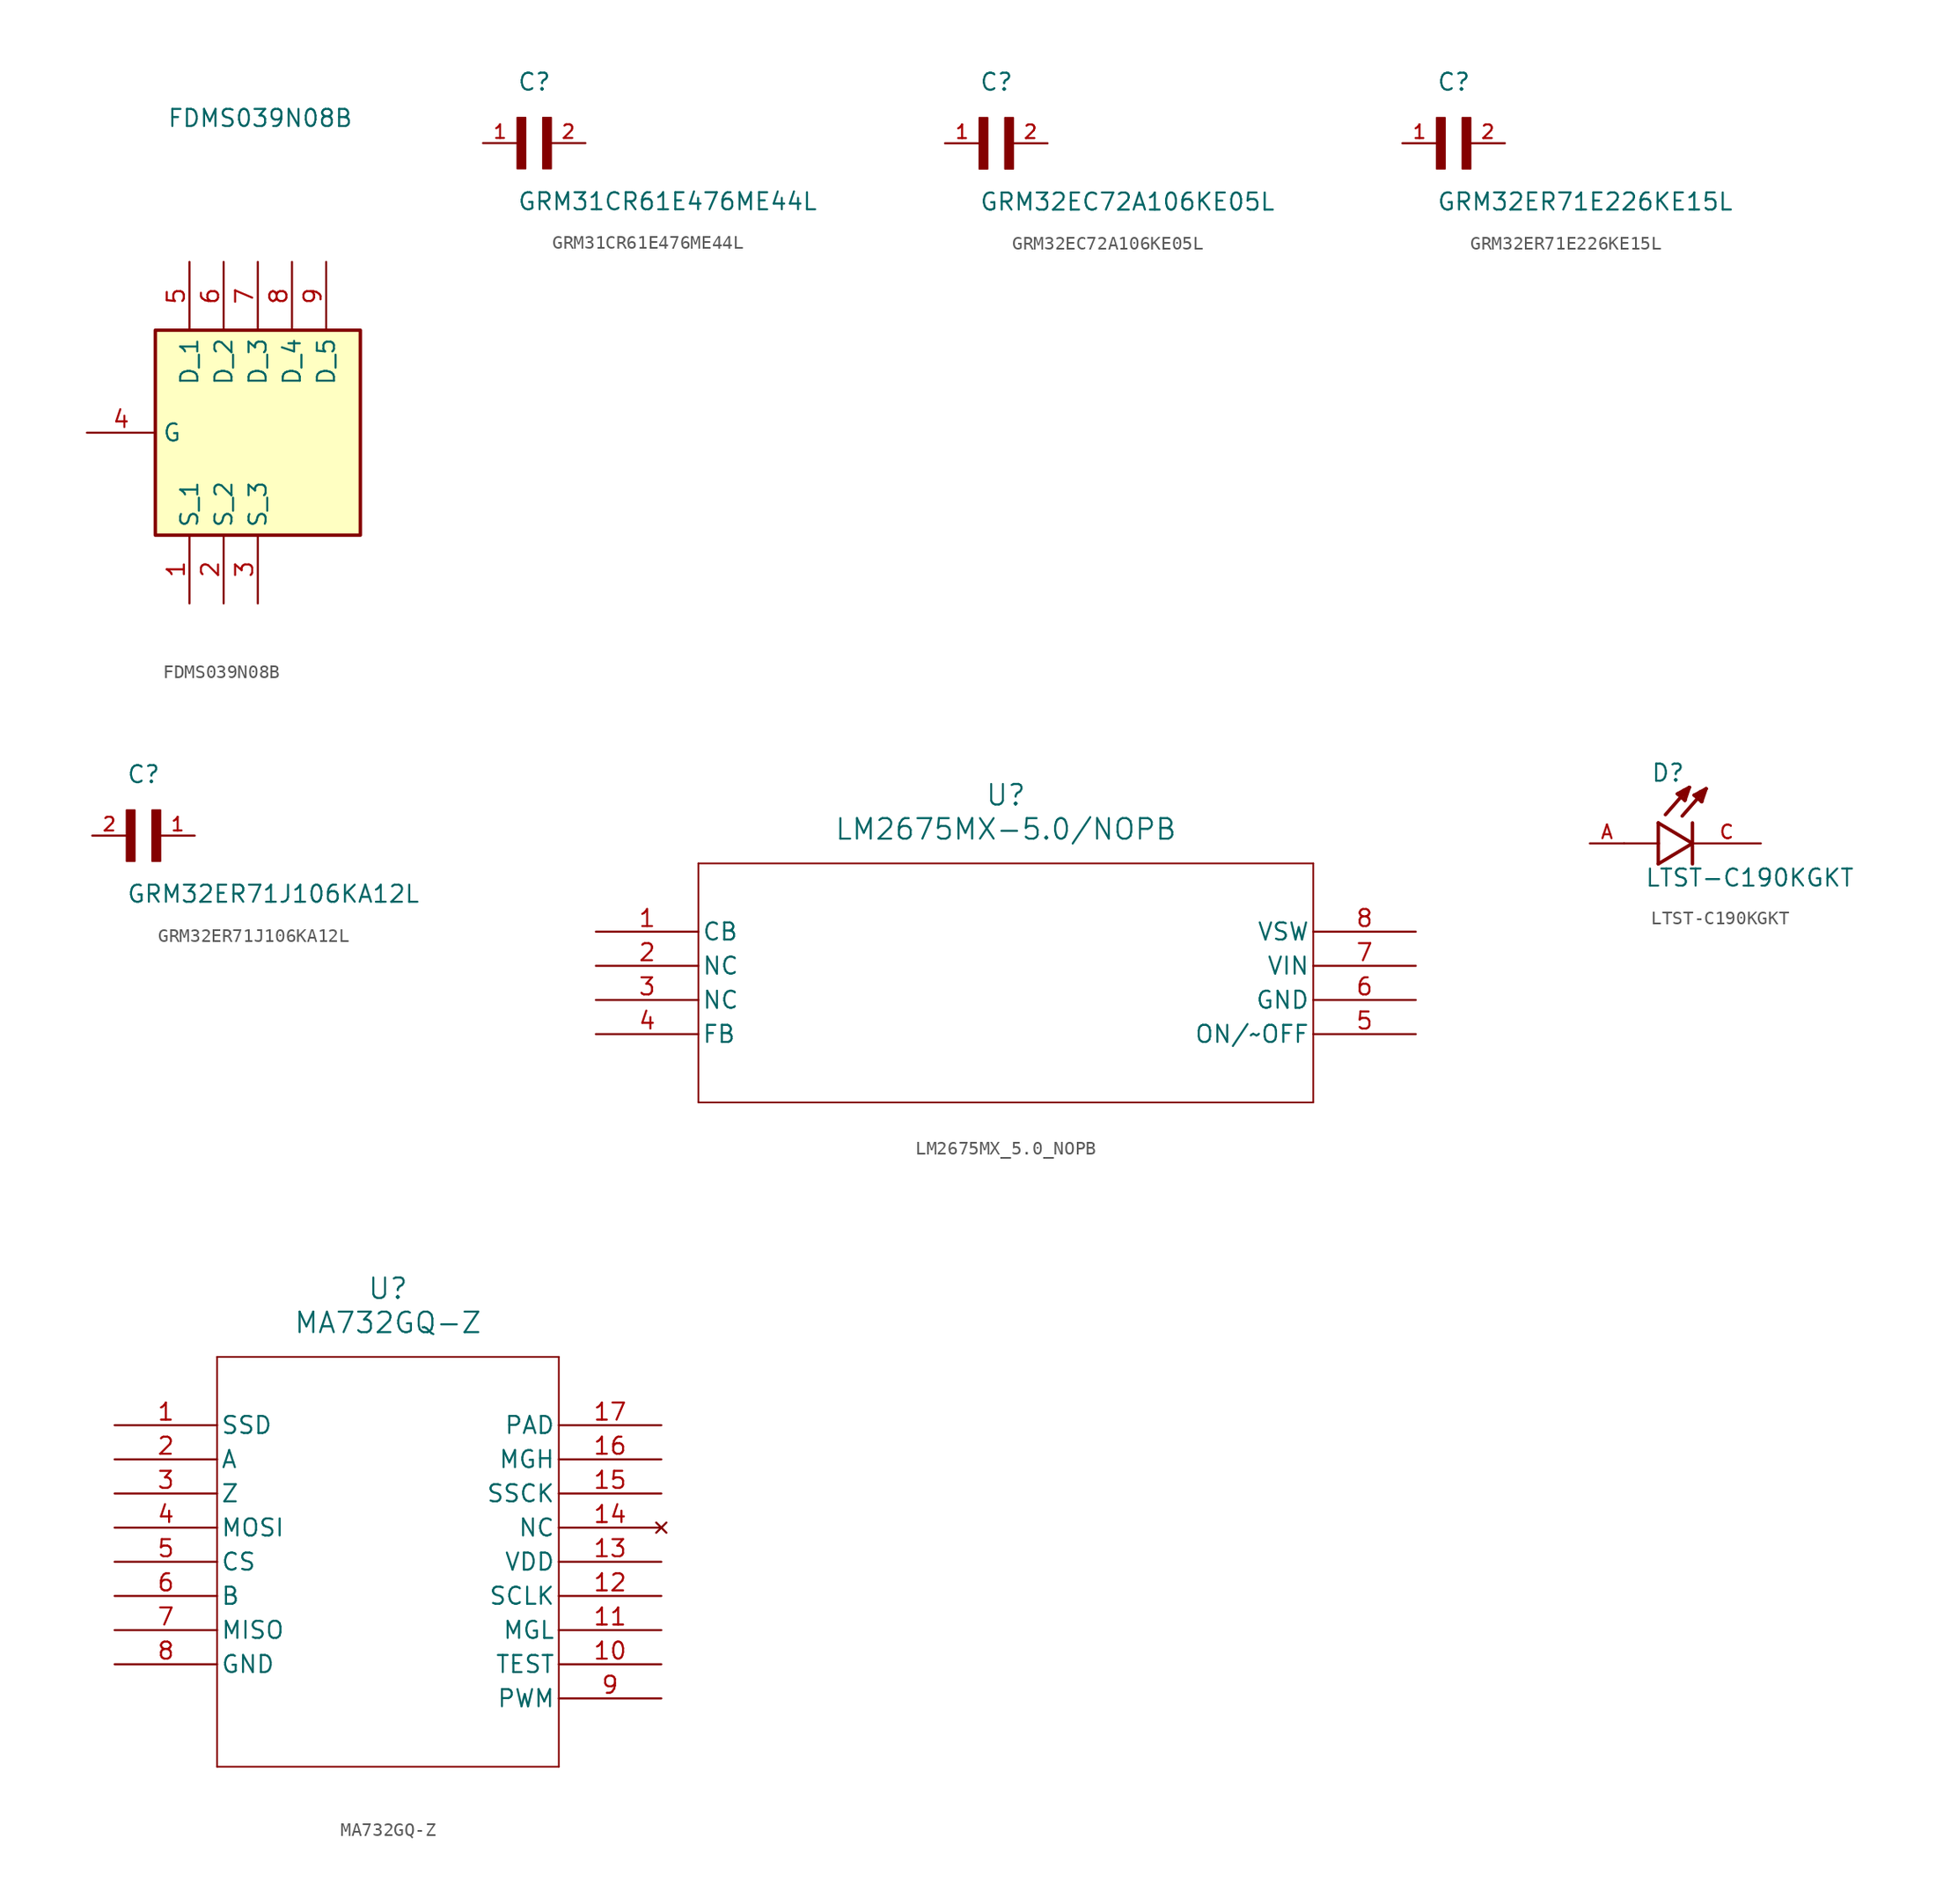
<source format=kicad_sym>
(kicad_symbol_lib
  (version 20241209)
  (generator "kicad_symbol_editor")
  (generator_version "9.0")
  (symbol "FDMS039N08B"
    (property "Reference" "Q"
      (at 7.112 21.59 0)
      (effects (font (size 1.27 1.27)) (justify right top) (hide yes)))
    (property "Value" "FDMS039N08B"
      (at 7.112 24.13 0)
      (effects (font (size 1.27 1.27)) (justify right top)))
    (symbol "FDMS039N08B_1_1"
      (rectangle (start -7.62 -7.62) (end 7.62 7.62) (stroke (width 0.254) (type default)) (fill (type background)))
      (pin passive line (at -12.7 0 0) (length 5.08) (name "G" (effects (font (size 1.27 1.27)))) (number "4" (effects (font (size 1.27 1.27)))))
      (pin passive line (at -5.08 12.7 270) (length 5.08) (name "D_1" (effects (font (size 1.27 1.27)))) (number "5" (effects (font (size 1.27 1.27)))))
      (pin passive line (at -5.08 -12.7 90) (length 5.08) (name "S_1" (effects (font (size 1.27 1.27)))) (number "1" (effects (font (size 1.27 1.27)))))
      (pin passive line (at -2.54 12.7 270) (length 5.08) (name "D_2" (effects (font (size 1.27 1.27)))) (number "6" (effects (font (size 1.27 1.27)))))
      (pin passive line (at -2.54 -12.7 90) (length 5.08) (name "S_2" (effects (font (size 1.27 1.27)))) (number "2" (effects (font (size 1.27 1.27)))))
      (pin passive line (at 0 12.7 270) (length 5.08) (name "D_3" (effects (font (size 1.27 1.27)))) (number "7" (effects (font (size 1.27 1.27)))))
      (pin passive line (at 0 -12.7 90) (length 5.08) (name "S_3" (effects (font (size 1.27 1.27)))) (number "3" (effects (font (size 1.27 1.27)))))
      (pin passive line (at 2.54 12.7 270) (length 5.08) (name "D_4" (effects (font (size 1.27 1.27)))) (number "8" (effects (font (size 1.27 1.27)))))
      (pin passive line (at 5.08 12.7 270) (length 5.08) (name "D_5" (effects (font (size 1.27 1.27)))) (number "9" (effects (font (size 1.27 1.27)))))))
  (symbol "GRM31CR61E476ME44L"
    (pin_names
      (offset 1.016))
    (property "Reference" "C"
      (at 0 3.811 0)
      (effects (font (size 1.27 1.27)) (justify left bottom)))
    (property "Value" "GRM31CR61E476ME44L"
      (at 0 -5.088 0)
      (effects (font (size 1.27 1.27)) (justify left bottom)))
    (symbol "GRM31CR61E476ME44L_0_0"
      (rectangle (start 0 -1.907) (end 0.635 1.905) (stroke (width 0.1) (type default)) (fill (type outline)))
      (rectangle (start 1.907 -1.907) (end 2.54 1.905) (stroke (width 0.1) (type default)) (fill (type outline)))
      (pin passive line (at -2.54 0 0) (length 2.54) (name "~" (effects (font (size 1.016 1.016)))) (number "1" (effects (font (size 1.016 1.016)))))
      (pin passive line (at 5.08 0 180) (length 2.54) (name "~" (effects (font (size 1.016 1.016)))) (number "2" (effects (font (size 1.016 1.016)))))))
  (symbol "GRM32EC72A106KE05L"
    (pin_names
      (offset 1.016))
    (property "Reference" "C"
      (at 0 3.811 0)
      (effects (font (size 1.27 1.27)) (justify left bottom)))
    (property "Value" "GRM32EC72A106KE05L"
      (at 0 -5.088 0)
      (effects (font (size 1.27 1.27)) (justify left bottom)))
    (symbol "GRM32EC72A106KE05L_0_0"
      (rectangle (start 0 -1.907) (end 0.635 1.905) (stroke (width 0.1) (type default)) (fill (type outline)))
      (rectangle (start 1.907 -1.907) (end 2.54 1.905) (stroke (width 0.1) (type default)) (fill (type outline)))
      (pin passive line (at -2.54 0 0) (length 2.54) (name "~" (effects (font (size 1.016 1.016)))) (number "1" (effects (font (size 1.016 1.016)))))
      (pin passive line (at 5.08 0 180) (length 2.54) (name "~" (effects (font (size 1.016 1.016)))) (number "2" (effects (font (size 1.016 1.016)))))))
  (symbol "GRM32ER71E226KE15L"
    (pin_names
      (offset 1.016))
    (property "Reference" "C"
      (at 0 3.811 0)
      (effects (font (size 1.27 1.27)) (justify left bottom)))
    (property "Value" "GRM32ER71E226KE15L"
      (at 0 -5.088 0)
      (effects (font (size 1.27 1.27)) (justify left bottom)))
    (symbol "GRM32ER71E226KE15L_0_0"
      (rectangle (start 0 -1.907) (end 0.635 1.905) (stroke (width 0.1) (type default)) (fill (type outline)))
      (rectangle (start 1.907 -1.907) (end 2.54 1.905) (stroke (width 0.1) (type default)) (fill (type outline)))
      (pin passive line (at -2.54 0 0) (length 2.54) (name "~" (effects (font (size 1.016 1.016)))) (number "1" (effects (font (size 1.016 1.016)))))
      (pin passive line (at 5.08 0 180) (length 2.54) (name "~" (effects (font (size 1.016 1.016)))) (number "2" (effects (font (size 1.016 1.016)))))))
  (symbol "GRM32ER71J106KA12L"
    (pin_names
      (offset 1.016))
    (property "Reference" "C"
      (at 0 3.81 0)
      (effects (font (size 1.27 1.27)) (justify left bottom)))
    (property "Value" "GRM32ER71J106KA12L"
      (at 0 -5.08 0)
      (effects (font (size 1.27 1.27)) (justify left bottom)))
    (symbol "GRM32ER71J106KA12L_0_0"
      (rectangle (start 0 -1.905) (end 0.635 1.905) (stroke (width 0.1) (type default)) (fill (type outline)))
      (rectangle (start 1.905 -1.905) (end 2.54 1.905) (stroke (width 0.1) (type default)) (fill (type outline)))
      (pin passive line (at -2.54 0 0) (length 2.54) (name "~" (effects (font (size 1.016 1.016)))) (number "2" (effects (font (size 1.016 1.016)))))
      (pin passive line (at 5.08 0 180) (length 2.54) (name "~" (effects (font (size 1.016 1.016)))) (number "1" (effects (font (size 1.016 1.016)))))))
  (symbol "LM2675MX_5.0_NOPB"
    (pin_names
      (offset 0.254))
    (property "Reference" "U"
      (at 30.48 10.16 0)
      (effects (font (size 1.524 1.524))))
    (property "Value" "LM2675MX-5.0/NOPB"
      (at 30.48 7.62 0)
      (effects (font (size 1.524 1.524))))
    (symbol "LM2675MX_5.0_NOPB_0_1"
      (polyline (pts (xy 7.62 5.08) (xy 7.62 -12.7)) (stroke (width 0.127) (type default)) (fill (type none)))
      (polyline (pts (xy 7.62 -12.7) (xy 53.34 -12.7)) (stroke (width 0.127) (type default)) (fill (type none)))
      (polyline (pts (xy 53.34 5.08) (xy 7.62 5.08)) (stroke (width 0.127) (type default)) (fill (type none)))
      (polyline (pts (xy 53.34 -12.7) (xy 53.34 5.08)) (stroke (width 0.127) (type default)) (fill (type none)))
      (pin passive line (at 0 0 0) (length 7.62) (name "CB" (effects (font (size 1.27 1.27)))) (number "1" (effects (font (size 1.27 1.27)))))
      (pin passive line (at 0 -2.54 0) (length 7.62) (name "NC" (effects (font (size 1.27 1.27)))) (number "2" (effects (font (size 1.27 1.27)))))
      (pin passive line (at 0 -5.08 0) (length 7.62) (name "NC" (effects (font (size 1.27 1.27)))) (number "3" (effects (font (size 1.27 1.27)))))
      (pin passive line (at 0 -7.62 0) (length 7.62) (name "FB" (effects (font (size 1.27 1.27)))) (number "4" (effects (font (size 1.27 1.27)))))
      (pin output line (at 60.96 0 180) (length 7.62) (name "VSW" (effects (font (size 1.27 1.27)))) (number "8" (effects (font (size 1.27 1.27)))))
      (pin input line (at 60.96 -2.54 180) (length 7.62) (name "VIN" (effects (font (size 1.27 1.27)))) (number "7" (effects (font (size 1.27 1.27)))))
      (pin passive line (at 60.96 -5.08 180) (length 7.62) (name "GND" (effects (font (size 1.27 1.27)))) (number "6" (effects (font (size 1.27 1.27)))))
      (pin passive line (at 60.96 -7.62 180) (length 7.62) (name "ON/~OFF" (effects (font (size 1.27 1.27)))) (number "5" (effects (font (size 1.27 1.27)))))))
  (symbol "LTST-C190KGKT"
    (pin_names
      (offset 1.016))
    (property "Reference" "D"
      (at -3.099 4.496 0)
      (effects (font (size 1.27 1.27)) (justify left bottom)))
    (property "Value" "LTST-C190KGKT"
      (at -3.556 -3.302 0)
      (effects (font (size 1.27 1.27)) (justify left bottom)))
    (symbol "LTST-C190KGKT_0_0"
      (polyline (pts (xy -2.54 1.524) (xy -2.54 0)) (stroke (width 0.254) (type default)) (fill (type none)))
      (polyline (pts (xy -2.54 0) (xy -5.08 0)) (stroke (width 0.152) (type default)) (fill (type none)))
      (polyline (pts (xy -2.54 0) (xy -2.54 -1.524)) (stroke (width 0.254) (type default)) (fill (type none)))
      (polyline (pts (xy -2.54 -1.524) (xy 0 0)) (stroke (width 0.254) (type default)) (fill (type none)))
      (polyline (pts (xy -1.118 3.683) (xy -0.229 4.166)) (stroke (width 0.254) (type default)) (fill (type none)))
      (polyline (pts (xy -0.94 3.607) (xy -0.711 3.759)) (stroke (width 0.254) (type default)) (fill (type none)))
      (polyline (pts (xy -0.559 3.2) (xy -1.118 3.683)) (stroke (width 0.254) (type default)) (fill (type none)))
      (polyline (pts (xy -0.559 3.2) (xy -0.533 3.937)) (stroke (width 0.254) (type default)) (fill (type none)))
      (polyline (pts (xy -0.533 3.937) (xy -0.66 3.937)) (stroke (width 0.254) (type default)) (fill (type none)))
      (polyline (pts (xy -0.229 4.166) (xy -2.007 2.134)) (stroke (width 0.254) (type default)) (fill (type none)))
      (polyline (pts (xy -0.229 4.166) (xy -0.559 3.2)) (stroke (width 0.254) (type default)) (fill (type none)))
      (polyline (pts (xy 0 1.524) (xy 0 -1.524)) (stroke (width 0.254) (type default)) (fill (type none)))
      (polyline (pts (xy 0 0) (xy -2.54 1.524)) (stroke (width 0.254) (type default)) (fill (type none)))
      (polyline (pts (xy 0.127 3.581) (xy 1.016 4.064)) (stroke (width 0.254) (type default)) (fill (type none)))
      (polyline (pts (xy 0.305 3.505) (xy 0.533 3.658)) (stroke (width 0.254) (type default)) (fill (type none)))
      (polyline (pts (xy 0.686 3.099) (xy 0.127 3.581)) (stroke (width 0.254) (type default)) (fill (type none)))
      (polyline (pts (xy 0.686 3.099) (xy 0.711 3.835)) (stroke (width 0.254) (type default)) (fill (type none)))
      (polyline (pts (xy 0.711 3.835) (xy 0.584 3.835)) (stroke (width 0.254) (type default)) (fill (type none)))
      (polyline (pts (xy 1.016 4.064) (xy -0.762 2.032)) (stroke (width 0.254) (type default)) (fill (type none)))
      (polyline (pts (xy 1.016 4.064) (xy 0.686 3.099)) (stroke (width 0.254) (type default)) (fill (type none)))
      (pin passive line (at -7.62 0 0) (length 2.54) (name "~" (effects (font (size 1.016 1.016)))) (number "A" (effects (font (size 1.016 1.016)))))
      (pin passive line (at 5.08 0 180) (length 5.08) (name "~" (effects (font (size 1.016 1.016)))) (number "C" (effects (font (size 1.016 1.016)))))))
  (symbol "MA732GQ-Z"
    (pin_names
      (offset 0.254))
    (property "Reference" "U"
      (at 20.32 10.16 0)
      (effects (font (size 1.524 1.524))))
    (property "Value" "MA732GQ-Z"
      (at 20.32 7.62 0)
      (effects (font (size 1.524 1.524))))
    (symbol "MA732GQ-Z_0_1"
      (polyline (pts (xy 7.62 5.08) (xy 7.62 -25.4)) (stroke (width 0.127) (type default)) (fill (type none)))
      (polyline (pts (xy 7.62 -25.4) (xy 33.02 -25.4)) (stroke (width 0.127) (type default)) (fill (type none)))
      (polyline (pts (xy 33.02 5.08) (xy 7.62 5.08)) (stroke (width 0.127) (type default)) (fill (type none)))
      (polyline (pts (xy 33.02 -25.4) (xy 33.02 5.08)) (stroke (width 0.127) (type default)) (fill (type none)))
      (pin output line (at 0 0 0) (length 7.62) (name "SSD" (effects (font (size 1.27 1.27)))) (number "1" (effects (font (size 1.27 1.27)))))
      (pin output line (at 0 -2.54 0) (length 7.62) (name "A" (effects (font (size 1.27 1.27)))) (number "2" (effects (font (size 1.27 1.27)))))
      (pin output line (at 0 -5.08 0) (length 7.62) (name "Z" (effects (font (size 1.27 1.27)))) (number "3" (effects (font (size 1.27 1.27)))))
      (pin input line (at 0 -7.62 0) (length 7.62) (name "MOSI" (effects (font (size 1.27 1.27)))) (number "4" (effects (font (size 1.27 1.27)))))
      (pin unspecified line (at 0 -10.16 0) (length 7.62) (name "CS" (effects (font (size 1.27 1.27)))) (number "5" (effects (font (size 1.27 1.27)))))
      (pin output line (at 0 -12.7 0) (length 7.62) (name "B" (effects (font (size 1.27 1.27)))) (number "6" (effects (font (size 1.27 1.27)))))
      (pin output line (at 0 -15.24 0) (length 7.62) (name "MISO" (effects (font (size 1.27 1.27)))) (number "7" (effects (font (size 1.27 1.27)))))
      (pin power_in line (at 0 -17.78 0) (length 7.62) (name "GND" (effects (font (size 1.27 1.27)))) (number "8" (effects (font (size 1.27 1.27)))))
      (pin power_in line (at 40.64 0 180) (length 7.62) (name "PAD" (effects (font (size 1.27 1.27)))) (number "17" (effects (font (size 1.27 1.27)))))
      (pin output line (at 40.64 -2.54 180) (length 7.62) (name "MGH" (effects (font (size 1.27 1.27)))) (number "16" (effects (font (size 1.27 1.27)))))
      (pin unspecified line (at 40.64 -5.08 180) (length 7.62) (name "SSCK" (effects (font (size 1.27 1.27)))) (number "15" (effects (font (size 1.27 1.27)))))
      (pin no_connect line (at 40.64 -7.62 180) (length 7.62) (name "NC" (effects (font (size 1.27 1.27)))) (number "14" (effects (font (size 1.27 1.27)))))
      (pin power_in line (at 40.64 -10.16 180) (length 7.62) (name "VDD" (effects (font (size 1.27 1.27)))) (number "13" (effects (font (size 1.27 1.27)))))
      (pin unspecified line (at 40.64 -12.7 180) (length 7.62) (name "SCLK" (effects (font (size 1.27 1.27)))) (number "12" (effects (font (size 1.27 1.27)))))
      (pin output line (at 40.64 -15.24 180) (length 7.62) (name "MGL" (effects (font (size 1.27 1.27)))) (number "11" (effects (font (size 1.27 1.27)))))
      (pin unspecified line (at 40.64 -17.78 180) (length 7.62) (name "TEST" (effects (font (size 1.27 1.27)))) (number "10" (effects (font (size 1.27 1.27)))))
      (pin output line (at 40.64 -20.32 180) (length 7.62) (name "PWM" (effects (font (size 1.27 1.27)))) (number "9" (effects (font (size 1.27 1.27))))))))
</source>
